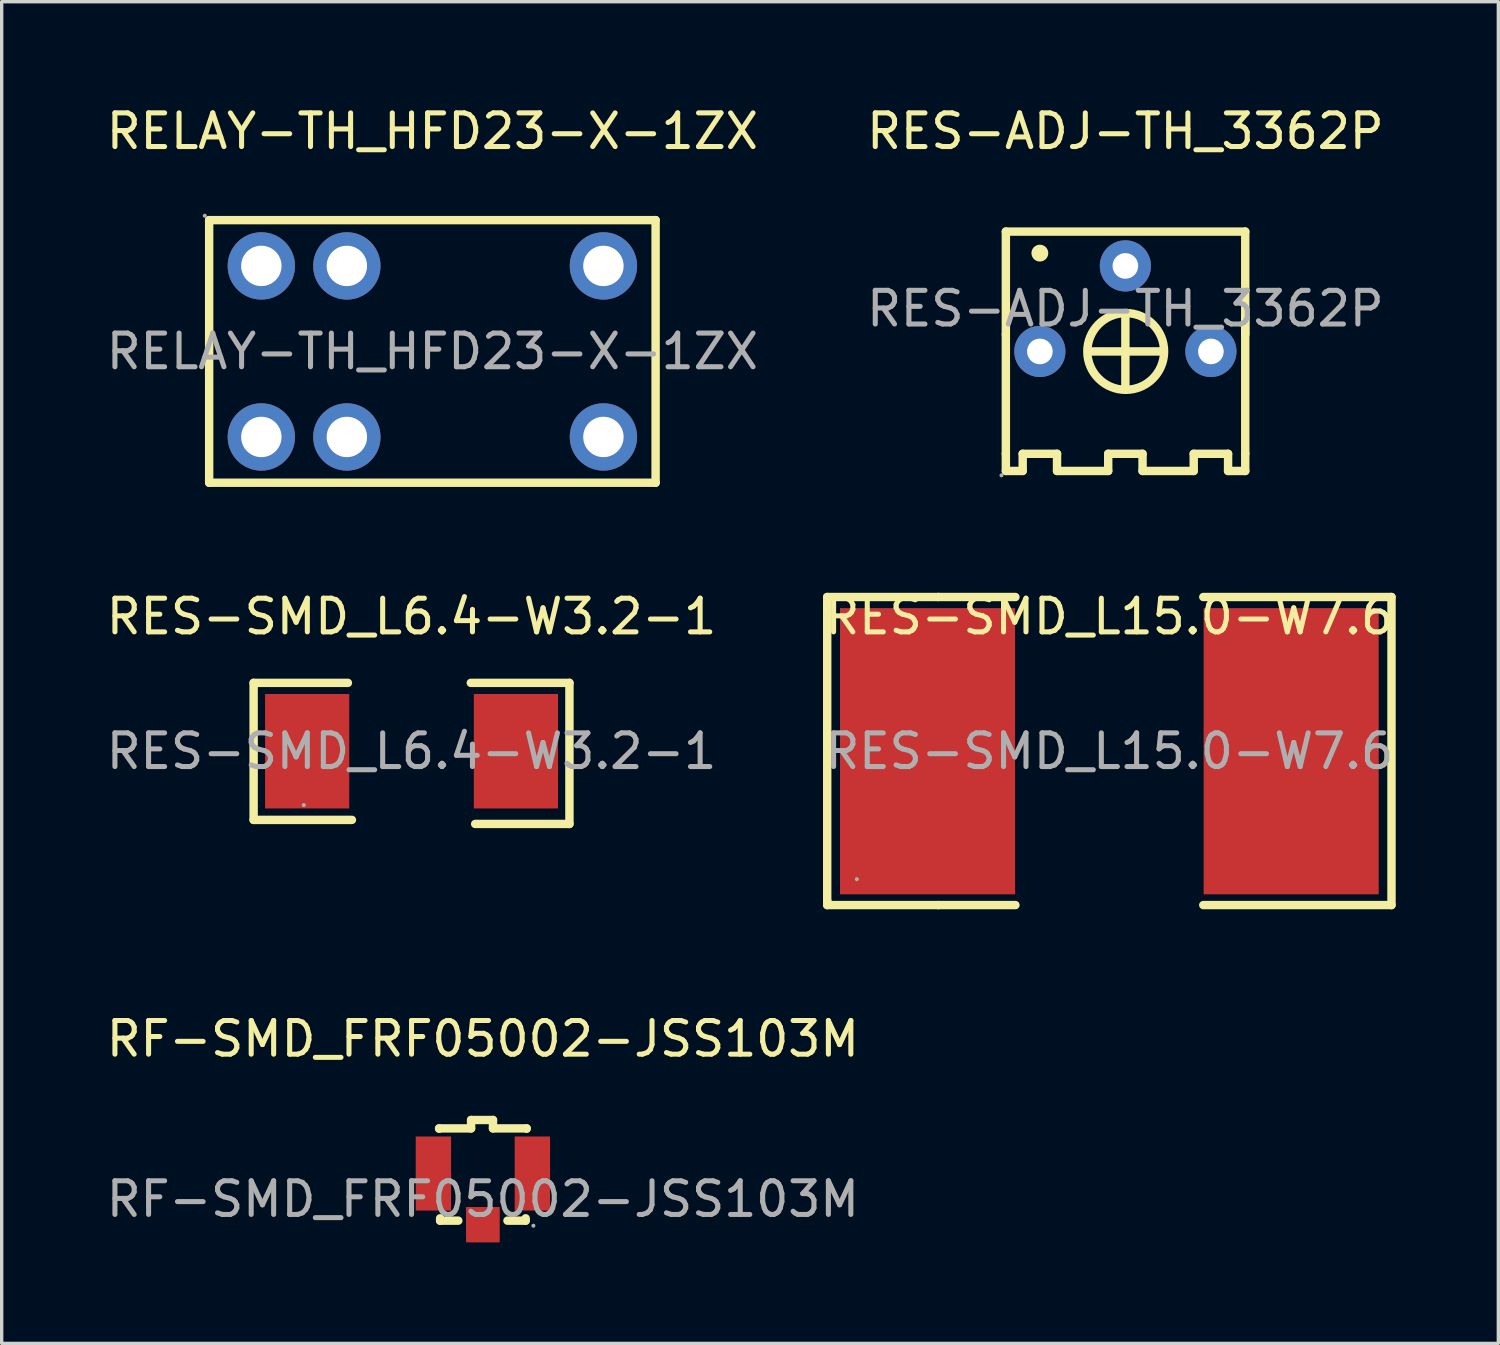
<source format=kicad_pcb>
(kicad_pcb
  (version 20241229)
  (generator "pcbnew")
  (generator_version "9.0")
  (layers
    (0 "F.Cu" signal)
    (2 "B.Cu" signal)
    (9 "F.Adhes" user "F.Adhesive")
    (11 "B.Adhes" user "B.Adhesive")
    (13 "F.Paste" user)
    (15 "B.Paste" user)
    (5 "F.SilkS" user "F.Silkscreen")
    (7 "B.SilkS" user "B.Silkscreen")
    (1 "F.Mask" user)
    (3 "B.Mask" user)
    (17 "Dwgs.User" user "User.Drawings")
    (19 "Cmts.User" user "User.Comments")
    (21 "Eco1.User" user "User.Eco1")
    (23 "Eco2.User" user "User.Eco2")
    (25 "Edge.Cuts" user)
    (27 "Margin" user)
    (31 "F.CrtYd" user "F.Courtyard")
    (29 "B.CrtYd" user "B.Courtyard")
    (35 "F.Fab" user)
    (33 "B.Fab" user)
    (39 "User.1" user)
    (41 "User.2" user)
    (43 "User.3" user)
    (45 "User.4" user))
  (footprint "RF-SMD_FRF05002-JSS103M"
    (layer "F.Cu")
    (at 11.292 32.565)
    (property "Reference" "RF-SMD_FRF05002-JSS103M" (at 0 -4.76 0) (layer "F.SilkS") (effects (font (size 1 1) (thickness 0.15))))
    (attr smd)
    (fp_line (start -1.3 -2.1) (end -0.35 -2.1) (stroke (width 0.25) (type solid)) (layer "F.SilkS"))
    (fp_line (start -1.3 -2.09) (end -1.3 -2.1) (stroke (width 0.25) (type solid)) (layer "F.SilkS"))
    (fp_line (start -1.27 0.57) (end -1.27 0.64) (stroke (width 0.25) (type solid)) (layer "F.SilkS"))
    (fp_line (start -1.27 0.64) (end -0.73 0.64) (stroke (width 0.25) (type solid)) (layer "F.SilkS"))
    (fp_line (start -0.35 -2.35) (end 0.3 -2.35) (stroke (width 0.25) (type solid)) (layer "F.SilkS"))
    (fp_line (start -0.35 -2.1) (end -0.35 -2.35) (stroke (width 0.25) (type solid)) (layer "F.SilkS"))
    (fp_line (start 0.3 -2.35) (end 0.3 -2.1) (stroke (width 0.25) (type solid)) (layer "F.SilkS"))
    (fp_line (start 0.3 -2.1) (end 1.3 -2.1) (stroke (width 0.25) (type solid)) (layer "F.SilkS"))
    (fp_line (start 0.73 0.64) (end 1.27 0.64) (stroke (width 0.25) (type solid)) (layer "F.SilkS"))
    (fp_line (start 1.27 0.64) (end 1.27 0.57) (stroke (width 0.25) (type solid)) (layer "F.SilkS"))
    (fp_line (start 1.3 -2.1) (end 1.3 -2.09) (stroke (width 0.25) (type solid)) (layer "F.SilkS"))
    (fp_circle (center 1.5 0.79) (end 1.53 0.79) (stroke (width 0.06) (type solid)) (fill no) (layer "F.Fab"))
    (fp_text user "${REFERENCE}" (at 0 0 0) (layer "F.Fab") (effects (font (size 1 1) (thickness 0.15))))
    (pad "1" smd rect (at 0 0.76) (size 1 1.05) (layers "F.Cu" "F.Mask" "F.Paste"))
    (pad "2" smd rect (at -1.47 -0.76) (size 1.05 2.2) (layers "F.Cu" "F.Mask" "F.Paste"))
    (pad "3" smd rect (at 1.47 -0.76) (size 1.05 2.2) (layers "F.Cu" "F.Mask" "F.Paste")))
  (footprint "RES-SMD_L15.0-W7.6"
    (layer "F.Cu")
    (at 29.899 19.262)
    (property "Reference" "RES-SMD_L15.0-W7.6" (at 0 -4 0) (layer "F.SilkS") (effects (font (size 1 1) (thickness 0.15))))
    (attr smd)
    (fp_line (start -8.38 -4.58) (end -8.38 4.44) (stroke (width 0.25) (type solid)) (layer "F.SilkS"))
    (fp_line (start -8.38 4.44) (end -8.38 4.57) (stroke (width 0.25) (type solid)) (layer "F.SilkS"))
    (fp_line (start -8.38 4.57) (end -5.08 4.57) (stroke (width 0.25) (type solid)) (layer "F.SilkS"))
    (fp_line (start -5.08 -4.58) (end -8.38 -4.58) (stroke (width 0.25) (type solid)) (layer "F.SilkS"))
    (fp_line (start -5.08 -4.58) (end -2.79 -4.58) (stroke (width 0.25) (type solid)) (layer "F.SilkS"))
    (fp_line (start -5.08 4.57) (end -2.79 4.57) (stroke (width 0.25) (type solid)) (layer "F.SilkS"))
    (fp_line (start 2.79 -4.58) (end 8.38 -4.58) (stroke (width 0.25) (type solid)) (layer "F.SilkS"))
    (fp_line (start 8.38 -4.58) (end 8.38 4.57) (stroke (width 0.25) (type solid)) (layer "F.SilkS"))
    (fp_line (start 8.38 4.57) (end 2.79 4.57) (stroke (width 0.25) (type solid)) (layer "F.SilkS"))
    (fp_circle (center -7.5 3.8) (end -7.47 3.8) (stroke (width 0.06) (type solid)) (fill no) (layer "F.Fab"))
    (fp_text user "${REFERENCE}" (at 0 0 0) (layer "F.Fab") (effects (font (size 1 1) (thickness 0.15))))
    (pad "1" smd rect (at -5.4 0) (size 5.2 8.5) (layers "F.Cu" "F.Mask" "F.Paste"))
    (pad "2" smd rect (at 5.4 0) (size 5.2 8.5) (layers "F.Cu" "F.Mask" "F.Paste")))
  (footprint "RES-ADJ-TH_3362P"
    (layer "F.Cu")
    (at 30.375 6.118)
    (property "Reference" "RES-ADJ-TH_3362P" (at 0 -5.27 0) (layer "F.SilkS") (effects (font (size 1 1) (thickness 0.15))))
    (attr smd)
    (fp_line (start -3.55 -2.29) (end 3.56 -2.29) (stroke (width 0.25) (type solid)) (layer "F.SilkS"))
    (fp_line (start -3.55 0.76) (end -3.55 -2.29) (stroke (width 0.25) (type solid)) (layer "F.SilkS"))
    (fp_line (start -3.55 4.31) (end -3.55 0.76) (stroke (width 0.25) (type solid)) (layer "F.SilkS"))
    (fp_line (start -3.55 4.82) (end -3.55 4.31) (stroke (width 0.25) (type solid)) (layer "F.SilkS"))
    (fp_line (start -3.05 4.31) (end -3.05 4.82) (stroke (width 0.25) (type solid)) (layer "F.SilkS"))
    (fp_line (start -3.05 4.82) (end -3.55 4.82) (stroke (width 0.25) (type solid)) (layer "F.SilkS"))
    (fp_line (start -2.03 4.31) (end -3.05 4.31) (stroke (width 0.25) (type solid)) (layer "F.SilkS"))
    (fp_line (start -2.03 4.82) (end -2.03 4.31) (stroke (width 0.25) (type solid)) (layer "F.SilkS"))
    (fp_line (start -0.51 4.31) (end -0.51 4.82) (stroke (width 0.25) (type solid)) (layer "F.SilkS"))
    (fp_line (start -0.51 4.82) (end -2.03 4.82) (stroke (width 0.25) (type solid)) (layer "F.SilkS"))
    (fp_line (start 0 2.28) (end 0 0.25) (stroke (width 0.25) (type solid)) (layer "F.SilkS"))
    (fp_line (start 0.51 4.31) (end -0.51 4.31) (stroke (width 0.25) (type solid)) (layer "F.SilkS"))
    (fp_line (start 0.51 4.82) (end 0.51 4.31) (stroke (width 0.25) (type solid)) (layer "F.SilkS"))
    (fp_line (start 1.02 1.27) (end -1.02 1.27) (stroke (width 0.25) (type solid)) (layer "F.SilkS"))
    (fp_line (start 2.03 4.31) (end 2.03 4.82) (stroke (width 0.25) (type solid)) (layer "F.SilkS"))
    (fp_line (start 2.03 4.82) (end 0.51 4.82) (stroke (width 0.25) (type solid)) (layer "F.SilkS"))
    (fp_line (start 3.05 4.31) (end 2.03 4.31) (stroke (width 0.25) (type solid)) (layer "F.SilkS"))
    (fp_line (start 3.05 4.82) (end 3.05 4.31) (stroke (width 0.25) (type solid)) (layer "F.SilkS"))
    (fp_line (start 3.56 -2.29) (end 3.56 0.76) (stroke (width 0.25) (type solid)) (layer "F.SilkS"))
    (fp_line (start 3.56 0.25) (end 3.56 4.31) (stroke (width 0.25) (type solid)) (layer "F.SilkS"))
    (fp_line (start 3.56 4.31) (end 3.56 4.82) (stroke (width 0.25) (type solid)) (layer "F.SilkS"))
    (fp_line (start 3.56 4.82) (end 3.05 4.82) (stroke (width 0.25) (type solid)) (layer "F.SilkS"))
    (fp_arc (start -2.54 -1.65) (mid -2.54 -1.65) (end -2.54 -1.65) (stroke (width 0.25) (type solid)) (layer "F.SilkS"))
    (fp_arc (start 0.02 0.13) (mid 0.010048 2.410044) (end -0.000096 0.130001) (stroke (width 0.25) (type solid)) (layer "F.SilkS"))
    (fp_circle (center -3.68 4.95) (end -3.65 4.95) (stroke (width 0.06) (type solid)) (fill no) (layer "F.Fab"))
    (fp_circle (center -2.54 1.27) (end -2.4 1.27) (stroke (width 0.28) (type solid)) (fill no) (layer "F.Fab"))
    (fp_circle (center 0 -1.27) (end 0.14 -1.27) (stroke (width 0.28) (type solid)) (fill no) (layer "F.Fab"))
    (fp_circle (center 2.54 1.27) (end 2.68 1.27) (stroke (width 0.28) (type solid)) (fill no) (layer "F.Fab"))
    (fp_text user "${REFERENCE}" (at 0 0 0) (layer "F.Fab") (effects (font (size 1 1) (thickness 0.15))))
    (pad "1" thru_hole circle (at -2.54 1.27) (size 1.52 1.52) (drill 0.762) (layers "*.Cu" "*.Paste" "*.Mask"))
    (pad "2" thru_hole circle (at 0 -1.27) (size 1.52 1.52) (drill 0.762) (layers "*.Cu" "*.Paste" "*.Mask"))
    (pad "3" thru_hole circle (at 2.54 1.27) (size 1.52 1.52) (drill 0.762) (layers "*.Cu" "*.Paste" "*.Mask")))
  (footprint "RELAY-TH_HFD23-X-1ZX"
    (layer "F.Cu")
    (at 9.792 7.388)
    (property "Reference" "RELAY-TH_HFD23-X-1ZX" (at 0 -6.54 0) (layer "F.SilkS") (effects (font (size 1 1) (thickness 0.15))))
    (attr smd)
    (fp_line (start -6.63 -3.9) (end -6.63 3.9) (stroke (width 0.25) (type solid)) (layer "F.SilkS"))
    (fp_line (start -6.63 -3.9) (end 6.63 -3.9) (stroke (width 0.25) (type solid)) (layer "F.SilkS"))
    (fp_line (start -6.63 3.9) (end 6.63 3.9) (stroke (width 0.25) (type solid)) (layer "F.SilkS"))
    (fp_line (start 6.63 -3.9) (end 6.63 3.9) (stroke (width 0.25) (type solid)) (layer "F.SilkS"))
    (fp_circle (center -6.76 -4.03) (end -6.73 -4.03) (stroke (width 0.06) (type solid)) (fill no) (layer "F.Fab"))
    (fp_circle (center -5.08 -2.54) (end -4.83 -2.54) (stroke (width 0.5) (type solid)) (fill no) (layer "F.Fab"))
    (fp_circle (center -5.08 2.54) (end -4.83 2.54) (stroke (width 0.5) (type solid)) (fill no) (layer "F.Fab"))
    (fp_circle (center -2.54 -2.54) (end -2.29 -2.54) (stroke (width 0.5) (type solid)) (fill no) (layer "F.Fab"))
    (fp_circle (center -2.54 2.54) (end -2.29 2.54) (stroke (width 0.5) (type solid)) (fill no) (layer "F.Fab"))
    (fp_circle (center 5.08 -2.54) (end 5.33 -2.54) (stroke (width 0.5) (type solid)) (fill no) (layer "F.Fab"))
    (fp_circle (center 5.08 2.54) (end 5.33 2.54) (stroke (width 0.5) (type solid)) (fill no) (layer "F.Fab"))
    (fp_text user "${REFERENCE}" (at 0 0 0) (layer "F.Fab") (effects (font (size 1 1) (thickness 0.15))))
    (pad "1" thru_hole circle (at -5.08 -2.54 180) (size 2 2) (drill 1.2) (layers "*.Cu" "*.Paste" "*.Mask"))
    (pad "2" thru_hole circle (at -2.54 -2.54 180) (size 2 2) (drill 1.2) (layers "*.Cu" "*.Paste" "*.Mask"))
    (pad "3" thru_hole circle (at 5.08 -2.54 180) (size 2 2) (drill 1.2) (layers "*.Cu" "*.Paste" "*.Mask"))
    (pad "4" thru_hole circle (at 5.08 2.54 180) (size 2 2) (drill 1.2) (layers "*.Cu" "*.Paste" "*.Mask"))
    (pad "5" thru_hole circle (at -2.54 2.54 180) (size 2 2) (drill 1.2) (layers "*.Cu" "*.Paste" "*.Mask"))
    (pad "6" thru_hole circle (at -5.08 2.54 180) (size 2 2) (drill 1.2) (layers "*.Cu" "*.Paste" "*.Mask")))
  (footprint "RES-SMD_L6.4-W3.2-1"
    (layer "F.Cu")
    (at 9.173 19.262)
    (property "Reference" "RES-SMD_L6.4-W3.2-1" (at 0 -4 0) (layer "F.SilkS") (effects (font (size 1 1) (thickness 0.15))))
    (attr smd)
    (fp_line (start -4.69 -2.03) (end -4.69 2.04) (stroke (width 0.25) (type solid)) (layer "F.SilkS"))
    (fp_line (start -4.69 2.04) (end -1.77 2.04) (stroke (width 0.25) (type solid)) (layer "F.SilkS"))
    (fp_line (start -1.89 -2.03) (end -4.69 -2.03) (stroke (width 0.25) (type solid)) (layer "F.SilkS"))
    (fp_line (start 1.89 2.16) (end 4.69 2.16) (stroke (width 0.25) (type solid)) (layer "F.SilkS"))
    (fp_line (start 4.69 -2.03) (end 1.76 -2.03) (stroke (width 0.25) (type solid)) (layer "F.SilkS"))
    (fp_line (start 4.69 2.16) (end 4.69 -2.03) (stroke (width 0.25) (type solid)) (layer "F.SilkS"))
    (fp_circle (center -3.2 1.6) (end -3.17 1.6) (stroke (width 0.06) (type solid)) (fill no) (layer "F.Fab"))
    (fp_text user "${REFERENCE}" (at 0 0 0) (layer "F.Fab") (effects (font (size 1 1) (thickness 0.15))))
    (pad "1" smd rect (at -3.1 0) (size 2.5 3.4) (layers "F.Cu" "F.Mask" "F.Paste"))
    (pad "2" smd rect (at 3.1 0) (size 2.5 3.4) (layers "F.Cu" "F.Mask" "F.Paste")))
  (gr_rect
    (start -3 -3)
    (end 41.452 36.85)
    (stroke (width 0.1) (type default))
    (fill no)
    (layer "Edge.Cuts")))
</source>
